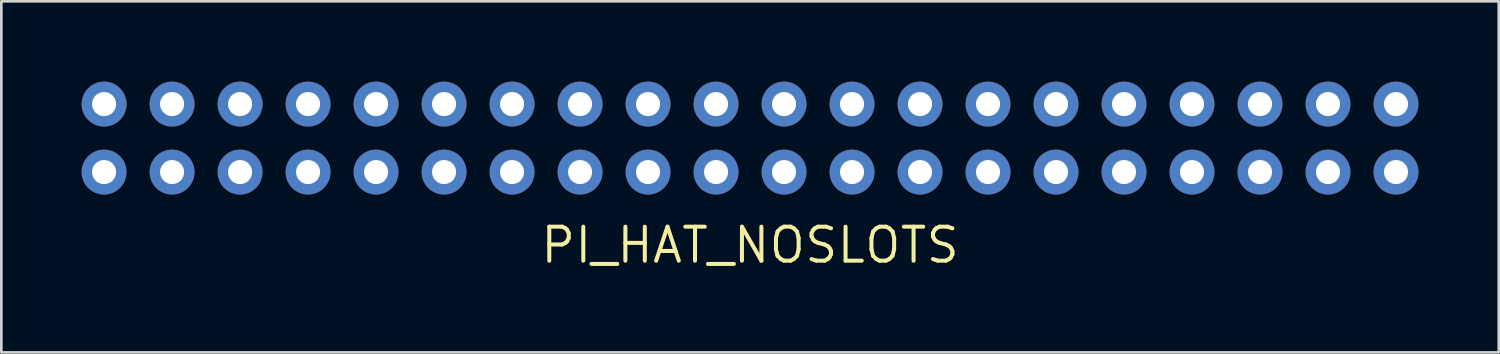
<source format=kicad_pcb>
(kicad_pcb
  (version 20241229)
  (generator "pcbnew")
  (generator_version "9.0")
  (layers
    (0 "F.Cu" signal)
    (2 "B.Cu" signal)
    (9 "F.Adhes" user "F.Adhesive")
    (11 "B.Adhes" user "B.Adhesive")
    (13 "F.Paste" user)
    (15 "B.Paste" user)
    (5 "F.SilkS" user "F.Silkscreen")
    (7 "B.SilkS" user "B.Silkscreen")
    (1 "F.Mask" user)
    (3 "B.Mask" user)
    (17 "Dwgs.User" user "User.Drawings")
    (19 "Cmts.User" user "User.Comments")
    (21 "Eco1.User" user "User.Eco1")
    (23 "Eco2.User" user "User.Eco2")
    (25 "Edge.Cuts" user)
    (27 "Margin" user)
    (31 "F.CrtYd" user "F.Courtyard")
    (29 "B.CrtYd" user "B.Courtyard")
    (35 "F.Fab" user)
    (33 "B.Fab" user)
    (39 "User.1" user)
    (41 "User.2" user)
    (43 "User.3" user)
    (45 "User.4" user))
  (footprint "PI_HAT_NOSLOTS"
    (layer "F.Cu")
    (at 24.968 6.108)
    (property "Reference" "PI_HAT_NOSLOTS" (at 0 0 0) (layer "F.SilkS") (effects (font (size 1.27 1.27) (thickness 0.15))))
    (attr through_hole)
    (pad "1" thru_hole circle (at -24.13 -2.73) (size 1.676 1.676) (drill 0.9) (layers "*.Cu" "*.Mask"))
    (pad "2" thru_hole circle (at -24.13 -5.27) (size 1.676 1.676) (drill 0.9) (layers "*.Cu" "*.Mask"))
    (pad "3" thru_hole circle (at -21.59 -2.73) (size 1.676 1.676) (drill 0.9) (layers "*.Cu" "*.Mask"))
    (pad "4" thru_hole circle (at -21.59 -5.27) (size 1.676 1.676) (drill 0.9) (layers "*.Cu" "*.Mask"))
    (pad "5" thru_hole circle (at -19.05 -2.73) (size 1.676 1.676) (drill 0.9) (layers "*.Cu" "*.Mask"))
    (pad "6" thru_hole circle (at -19.05 -5.27) (size 1.676 1.676) (drill 0.9) (layers "*.Cu" "*.Mask"))
    (pad "7" thru_hole circle (at -16.51 -2.73) (size 1.676 1.676) (drill 0.9) (layers "*.Cu" "*.Mask"))
    (pad "8" thru_hole circle (at -16.51 -5.27) (size 1.676 1.676) (drill 0.9) (layers "*.Cu" "*.Mask"))
    (pad "9" thru_hole circle (at -13.97 -2.73) (size 1.676 1.676) (drill 0.9) (layers "*.Cu" "*.Mask"))
    (pad "10" thru_hole circle (at -13.97 -5.27) (size 1.676 1.676) (drill 0.9) (layers "*.Cu" "*.Mask"))
    (pad "11" thru_hole circle (at -11.43 -2.73) (size 1.676 1.676) (drill 0.9) (layers "*.Cu" "*.Mask"))
    (pad "12" thru_hole circle (at -11.43 -5.27) (size 1.676 1.676) (drill 0.9) (layers "*.Cu" "*.Mask"))
    (pad "13" thru_hole circle (at -8.89 -2.73) (size 1.676 1.676) (drill 0.9) (layers "*.Cu" "*.Mask"))
    (pad "14" thru_hole circle (at -8.89 -5.27) (size 1.676 1.676) (drill 0.9) (layers "*.Cu" "*.Mask"))
    (pad "15" thru_hole circle (at -6.35 -2.73) (size 1.676 1.676) (drill 0.9) (layers "*.Cu" "*.Mask"))
    (pad "16" thru_hole circle (at -6.35 -5.27) (size 1.676 1.676) (drill 0.9) (layers "*.Cu" "*.Mask"))
    (pad "17" thru_hole circle (at -3.81 -2.73) (size 1.676 1.676) (drill 0.9) (layers "*.Cu" "*.Mask"))
    (pad "18" thru_hole circle (at -3.81 -5.27) (size 1.676 1.676) (drill 0.9) (layers "*.Cu" "*.Mask"))
    (pad "19" thru_hole circle (at -1.27 -2.73) (size 1.676 1.676) (drill 0.9) (layers "*.Cu" "*.Mask"))
    (pad "20" thru_hole circle (at -1.27 -5.27) (size 1.676 1.676) (drill 0.9) (layers "*.Cu" "*.Mask"))
    (pad "21" thru_hole circle (at 1.27 -2.73) (size 1.676 1.676) (drill 0.9) (layers "*.Cu" "*.Mask"))
    (pad "22" thru_hole circle (at 1.27 -5.27) (size 1.676 1.676) (drill 0.9) (layers "*.Cu" "*.Mask"))
    (pad "23" thru_hole circle (at 3.81 -2.73) (size 1.676 1.676) (drill 0.9) (layers "*.Cu" "*.Mask"))
    (pad "24" thru_hole circle (at 3.81 -5.27) (size 1.676 1.676) (drill 0.9) (layers "*.Cu" "*.Mask"))
    (pad "25" thru_hole circle (at 6.35 -2.73) (size 1.676 1.676) (drill 0.9) (layers "*.Cu" "*.Mask"))
    (pad "26" thru_hole circle (at 6.35 -5.27) (size 1.676 1.676) (drill 0.9) (layers "*.Cu" "*.Mask"))
    (pad "27" thru_hole circle (at 8.89 -2.73) (size 1.676 1.676) (drill 0.9) (layers "*.Cu" "*.Mask"))
    (pad "28" thru_hole circle (at 8.89 -5.27) (size 1.676 1.676) (drill 0.9) (layers "*.Cu" "*.Mask"))
    (pad "29" thru_hole circle (at 11.43 -2.73) (size 1.676 1.676) (drill 0.9) (layers "*.Cu" "*.Mask"))
    (pad "30" thru_hole circle (at 11.43 -5.27) (size 1.676 1.676) (drill 0.9) (layers "*.Cu" "*.Mask"))
    (pad "31" thru_hole circle (at 13.97 -2.73) (size 1.676 1.676) (drill 0.9) (layers "*.Cu" "*.Mask"))
    (pad "32" thru_hole circle (at 13.97 -5.27) (size 1.676 1.676) (drill 0.9) (layers "*.Cu" "*.Mask"))
    (pad "33" thru_hole circle (at 16.51 -2.73) (size 1.676 1.676) (drill 0.9) (layers "*.Cu" "*.Mask"))
    (pad "34" thru_hole circle (at 16.51 -5.27) (size 1.676 1.676) (drill 0.9) (layers "*.Cu" "*.Mask"))
    (pad "35" thru_hole circle (at 19.05 -2.73) (size 1.676 1.676) (drill 0.9) (layers "*.Cu" "*.Mask"))
    (pad "36" thru_hole circle (at 19.05 -5.27) (size 1.676 1.676) (drill 0.9) (layers "*.Cu" "*.Mask"))
    (pad "37" thru_hole circle (at 21.59 -2.73) (size 1.676 1.676) (drill 0.9) (layers "*.Cu" "*.Mask"))
    (pad "38" thru_hole circle (at 21.59 -5.27) (size 1.676 1.676) (drill 0.9) (layers "*.Cu" "*.Mask"))
    (pad "39" thru_hole circle (at 24.13 -2.73) (size 1.676 1.676) (drill 0.9) (layers "*.Cu" "*.Mask"))
    (pad "40" thru_hole circle (at 24.13 -5.27) (size 1.676 1.676) (drill 0.9) (layers "*.Cu" "*.Mask")))
  (gr_rect
    (start -3 -3)
    (end 52.936 10.114)
    (stroke (width 0.1) (type default))
    (fill no)
    (layer "Edge.Cuts")))
</source>
